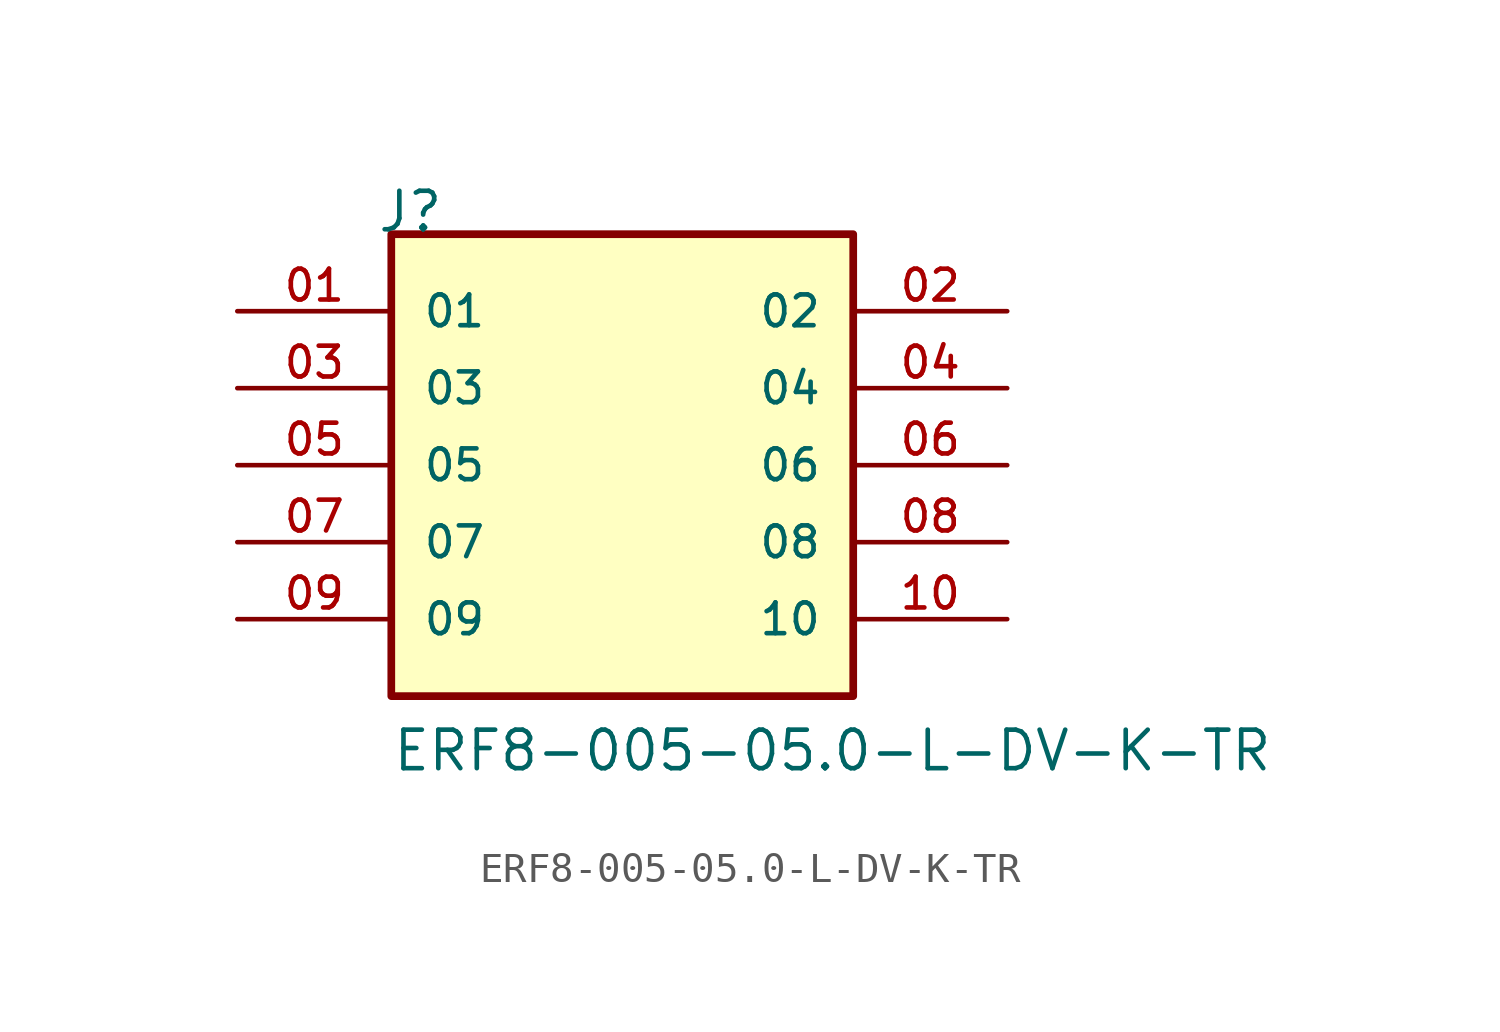
<source format=kicad_sym>
(kicad_symbol_lib
  (version 20211014)
  (generator kicad_symbol_editor)
  (symbol "ERF8-005-05.0-L-DV-K-TR"
    (pin_names
      (offset 1.016))
    (property "Reference" "J"
      (at -8.12 7.62 0)
      (effects (font (size 1.27 1.27)) (justify bottom left)))
    (property "Value" "ERF8-005-05.0-L-DV-K-TR"
      (at -7.62 -10.16 0)
      (effects (font (size 1.27 1.27)) (justify bottom left)))
    (symbol "ERF8-005-05.0-L-DV-K-TR_0_0"
      (rectangle (start -7.62 -7.62) (end 7.62 7.62) (stroke (width 0.254)) (fill (type background)))
      (pin passive line (at -12.7 5.08 0) (length 5.08) (name "01" (effects (font (size 1.016 1.016)))) (number "01" (effects (font (size 1.016 1.016)))))
      (pin passive line (at 12.7 5.08 180.0) (length 5.08) (name "02" (effects (font (size 1.016 1.016)))) (number "02" (effects (font (size 1.016 1.016)))))
      (pin passive line (at -12.7 2.54 0) (length 5.08) (name "03" (effects (font (size 1.016 1.016)))) (number "03" (effects (font (size 1.016 1.016)))))
      (pin passive line (at 12.7 2.54 180.0) (length 5.08) (name "04" (effects (font (size 1.016 1.016)))) (number "04" (effects (font (size 1.016 1.016)))))
      (pin passive line (at -12.7 0.0 0) (length 5.08) (name "05" (effects (font (size 1.016 1.016)))) (number "05" (effects (font (size 1.016 1.016)))))
      (pin passive line (at 12.7 0.0 180.0) (length 5.08) (name "06" (effects (font (size 1.016 1.016)))) (number "06" (effects (font (size 1.016 1.016)))))
      (pin passive line (at -12.7 -2.54 0) (length 5.08) (name "07" (effects (font (size 1.016 1.016)))) (number "07" (effects (font (size 1.016 1.016)))))
      (pin passive line (at 12.7 -2.54 180.0) (length 5.08) (name "08" (effects (font (size 1.016 1.016)))) (number "08" (effects (font (size 1.016 1.016)))))
      (pin passive line (at -12.7 -5.08 0) (length 5.08) (name "09" (effects (font (size 1.016 1.016)))) (number "09" (effects (font (size 1.016 1.016)))))
      (pin passive line (at 12.7 -5.08 180.0) (length 5.08) (name "10" (effects (font (size 1.016 1.016)))) (number "10" (effects (font (size 1.016 1.016))))))))
</source>
